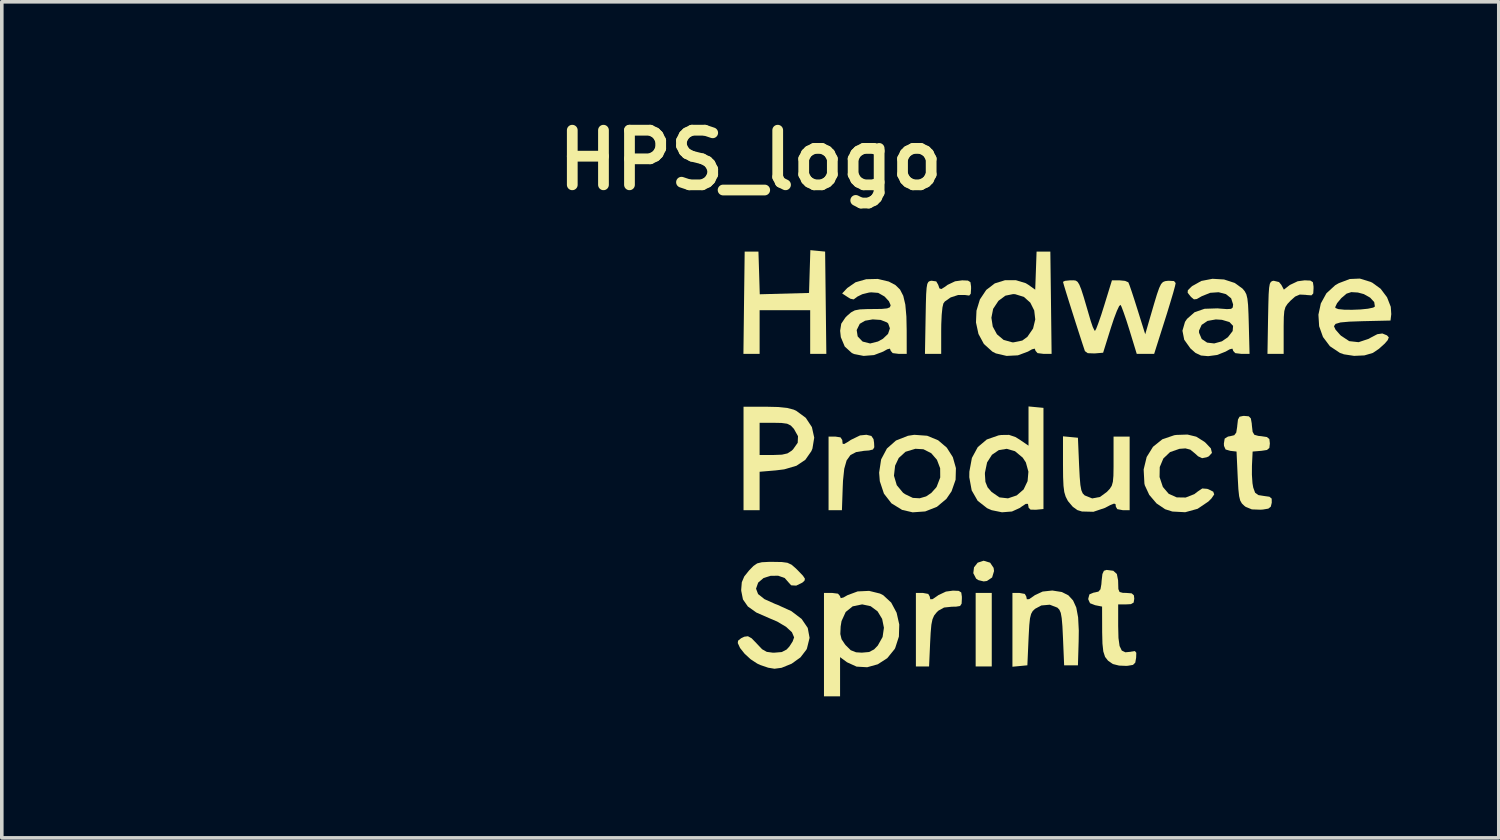
<source format=kicad_pcb>
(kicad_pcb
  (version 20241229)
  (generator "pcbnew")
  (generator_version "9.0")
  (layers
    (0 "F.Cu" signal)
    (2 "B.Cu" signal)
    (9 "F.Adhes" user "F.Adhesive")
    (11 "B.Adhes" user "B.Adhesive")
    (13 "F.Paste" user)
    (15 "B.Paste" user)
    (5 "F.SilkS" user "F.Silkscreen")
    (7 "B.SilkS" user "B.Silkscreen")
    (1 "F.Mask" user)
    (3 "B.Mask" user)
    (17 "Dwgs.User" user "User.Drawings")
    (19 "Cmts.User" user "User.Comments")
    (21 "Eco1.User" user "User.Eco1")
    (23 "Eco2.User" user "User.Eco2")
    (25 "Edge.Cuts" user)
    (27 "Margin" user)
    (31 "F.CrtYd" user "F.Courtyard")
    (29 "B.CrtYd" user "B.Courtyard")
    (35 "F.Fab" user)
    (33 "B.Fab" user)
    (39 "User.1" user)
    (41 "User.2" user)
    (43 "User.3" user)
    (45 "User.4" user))
  (footprint "HPS_logo"
    (layer "F.Cu")
    (at 17.891 9.968)
    (property "Reference" "HPS_logo" (at 0 -8.55 0) (layer "F.SilkS") (effects (font (size 1.524 1.524) (thickness 0.3))))
    (attr board_only exclude_from_pos_files exclude_from_bom)
    (fp_poly (pts (xy -10.158 -1.988) (xy -9.825 -1.979) (xy -9.525 -1.965) (xy -9.285 -1.946) (xy -9.132 -1.923) (xy -9.096 -1.908) (xy -9.031 -1.827) (xy -8.916 -1.656) (xy -8.764 -1.413) (xy -8.588 -1.121) (xy -8.464 -0.908) (xy -7.934 0.012) (xy -8.068 0.278) (xy -8.152 0.436) (xy -8.285 0.673) (xy -8.449 0.957) (xy -8.626 1.258) (xy -8.64 1.283) (xy -9.079 2.02) (xy -10.2 2.036) (xy -10.57 2.039) (xy -10.897 2.036) (xy -11.159 2.028) (xy -11.334 2.016) (xy -11.396 2.004) (xy -11.463 1.925) (xy -11.575 1.757) (xy -11.719 1.522) (xy -11.882 1.246) (xy -12.049 0.95) (xy -12.208 0.66) (xy -12.346 0.399) (xy -12.448 0.19) (xy -12.503 0.058) (xy -12.508 0.032) (xy -12.506 0.028) (xy -11.864 0.028) (xy -11.833 0.11) (xy -11.745 0.28) (xy -11.611 0.518) (xy -11.444 0.803) (xy -11.255 1.115) (xy -11.181 1.235) (xy -11.031 1.475) (xy -10.272 1.475) (xy -9.938 1.473) (xy -9.709 1.463) (xy -9.561 1.442) (xy -9.469 1.408) (xy -9.417 1.363) (xy -9.333 1.248) (xy -9.213 1.063) (xy -9.073 0.836) (xy -8.93 0.594) (xy -8.801 0.366) (xy -8.7 0.179) (xy -8.645 0.06) (xy -8.639 0.038) (xy -8.672 -0.048) (xy -8.757 -0.215) (xy -8.879 -0.434) (xy -9.022 -0.677) (xy -9.167 -0.918) (xy -9.3 -1.129) (xy -9.405 -1.281) (xy -9.457 -1.344) (xy -9.569 -1.377) (xy -9.8 -1.396) (xy -10.144 -1.4) (xy -10.302 -1.397) (xy -11.06 -1.379) (xy -11.461 -0.706) (xy -11.616 -0.441) (xy -11.743 -0.215) (xy -11.83 -0.051) (xy -11.864 0.028) (xy -11.864 0.028) (xy -12.506 0.028) (xy -12.476 -0.063) (xy -12.391 -0.243) (xy -12.266 -0.485) (xy -12.113 -0.766) (xy -11.947 -1.061) (xy -11.781 -1.348) (xy -11.627 -1.602) (xy -11.5 -1.8) (xy -11.413 -1.919) (xy -11.392 -1.939) (xy -11.292 -1.962) (xy -11.092 -1.979) (xy -10.819 -1.988) (xy -10.499 -1.991)) (stroke (width 0) (type solid)) (fill yes) (layer "F.Mask"))
    (fp_poly (pts (xy -9.907 -5.168) (xy -9.77 -5.127) (xy -9.515 -4.978) (xy -9.285 -4.752) (xy -9.131 -4.506) (xy -9.042 -4.297) (xy -7.155 -4.297) (xy -6.595 -4.296) (xy -6.15 -4.293) (xy -5.807 -4.287) (xy -5.553 -4.277) (xy -5.375 -4.263) (xy -5.26 -4.244) (xy -5.194 -4.219) (xy -5.178 -4.206) (xy -5.115 -4.121) (xy -5.003 -3.946) (xy -4.855 -3.702) (xy -4.684 -3.411) (xy -4.588 -3.244) (xy -4.089 -2.373) (xy -3.819 -2.373) (xy -3.463 -2.316) (xy -3.153 -2.16) (xy -2.902 -1.926) (xy -2.721 -1.635) (xy -2.621 -1.31) (xy -2.614 -0.971) (xy -2.712 -0.64) (xy -2.798 -0.492) (xy -3.068 -0.209) (xy -3.401 -0.024) (xy -3.77 0.056) (xy -4.151 0.023) (xy -4.415 -0.073) (xy -4.714 -0.287) (xy -4.923 -0.571) (xy -5.038 -0.9) (xy -5.052 -1.226) (xy -4.476 -1.226) (xy -4.461 -0.985) (xy -4.418 -0.878) (xy -4.244 -0.658) (xy -4.015 -0.535) (xy -3.763 -0.515) (xy -3.516 -0.604) (xy -3.395 -0.701) (xy -3.24 -0.933) (xy -3.196 -1.185) (xy -3.259 -1.428) (xy -3.424 -1.631) (xy -3.537 -1.705) (xy -3.788 -1.774) (xy -4.029 -1.741) (xy -4.238 -1.625) (xy -4.394 -1.446) (xy -4.476 -1.226) (xy -5.052 -1.226) (xy -5.054 -1.252) (xy -4.967 -1.6) (xy -4.773 -1.921) (xy -4.733 -1.966) (xy -4.607 -2.105) (xy -5.076 -2.912) (xy -5.546 -3.72) (xy -9.042 -3.72) (xy -9.13 -3.511) (xy -9.299 -3.251) (xy -9.555 -3.022) (xy -9.86 -2.851) (xy -10.172 -2.764) (xy -10.263 -2.759) (xy -10.51 -2.799) (xy -10.784 -2.904) (xy -11.02 -3.047) (xy -11.039 -3.063) (xy -11.278 -3.34) (xy -11.421 -3.675) (xy -11.461 -3.981) (xy -10.888 -3.981) (xy -10.834 -3.754) (xy -10.7 -3.571) (xy -10.508 -3.447) (xy -10.283 -3.395) (xy -10.047 -3.432) (xy -9.824 -3.572) (xy -9.809 -3.587) (xy -9.667 -3.775) (xy -9.622 -3.983) (xy -9.621 -4.009) (xy -9.68 -4.264) (xy -9.836 -4.467) (xy -10.064 -4.592) (xy -10.243 -4.618) (xy -10.526 -4.57) (xy -10.73 -4.421) (xy -10.838 -4.237) (xy -10.888 -3.981) (xy -11.461 -3.981) (xy -11.468 -4.036) (xy -11.416 -4.394) (xy -11.263 -4.719) (xy -11.174 -4.831) (xy -10.927 -5.019) (xy -10.605 -5.144) (xy -10.251 -5.197)) (stroke (width 0) (type solid)) (fill yes) (layer "F.Mask"))
    (fp_poly (pts (xy -16.418 0.04) (xy -16.24 0.073) (xy -16.084 0.146) (xy -15.966 0.224) (xy -15.673 0.498) (xy -15.497 0.817) (xy -15.439 1.173) (xy -15.5 1.555) (xy -15.68 1.955) (xy -15.79 2.125) (xy -15.81 2.186) (xy -15.793 2.281) (xy -15.731 2.428) (xy -15.616 2.645) (xy -15.44 2.949) (xy -15.416 2.991) (xy -14.967 3.752) (xy -13.226 3.769) (xy -11.485 3.786) (xy -11.355 3.533) (xy -11.132 3.221) (xy -10.839 3.002) (xy -10.502 2.88) (xy -10.146 2.86) (xy -9.793 2.947) (xy -9.469 3.145) (xy -9.45 3.161) (xy -9.204 3.445) (xy -9.073 3.774) (xy -9.044 4.067) (xy -9.1 4.458) (xy -9.26 4.791) (xy -9.515 5.049) (xy -9.731 5.171) (xy -9.981 5.236) (xy -10.281 5.254) (xy -10.575 5.226) (xy -10.806 5.154) (xy -10.808 5.153) (xy -11.072 4.983) (xy -11.257 4.78) (xy -11.361 4.602) (xy -11.484 4.362) (xy -13.367 4.362) (xy -13.915 4.361) (xy -14.349 4.358) (xy -14.682 4.353) (xy -14.929 4.345) (xy -15.103 4.332) (xy -15.22 4.315) (xy -15.292 4.292) (xy -15.333 4.263) (xy -15.338 4.257) (xy -15.4 4.167) (xy -15.513 3.988) (xy -15.538 3.946) (xy -10.878 3.946) (xy -10.876 4.174) (xy -10.778 4.403) (xy -10.61 4.587) (xy -10.503 4.65) (xy -10.24 4.709) (xy -10.002 4.647) (xy -9.798 4.483) (xy -9.647 4.246) (xy -9.622 3.997) (xy -9.72 3.756) (xy -9.809 3.651) (xy -10.037 3.501) (xy -10.288 3.459) (xy -10.529 3.517) (xy -10.732 3.667) (xy -10.865 3.901) (xy -10.878 3.946) (xy -15.538 3.946) (xy -15.662 3.742) (xy -15.834 3.453) (xy -15.917 3.311) (xy -16.407 2.469) (xy -16.752 2.431) (xy -17.031 2.387) (xy -17.237 2.31) (xy -17.421 2.173) (xy -17.593 1.996) (xy -17.799 1.681) (xy -17.891 1.336) (xy -17.88 1.113) (xy -17.307 1.113) (xy -17.298 1.339) (xy -17.181 1.568) (xy -17.181 1.568) (xy -16.958 1.771) (xy -16.709 1.849) (xy -16.438 1.801) (xy -16.355 1.763) (xy -16.149 1.594) (xy -16.041 1.368) (xy -16.035 1.117) (xy -16.134 0.872) (xy -16.223 0.765) (xy -16.439 0.619) (xy -16.668 0.577) (xy -16.889 0.622) (xy -17.083 0.738) (xy -17.229 0.907) (xy -17.307 1.113) (xy -17.88 1.113) (xy -17.873 0.983) (xy -17.748 0.645) (xy -17.52 0.344) (xy -17.329 0.187) (xy -17.17 0.097) (xy -16.996 0.049) (xy -16.757 0.033) (xy -16.671 0.032)) (stroke (width 0) (type solid)) (fill yes) (layer "F.Mask"))
    (fp_poly (pts (xy -7.882 -7.271) (xy -7.501 -7.135) (xy -7.177 -6.893) (xy -6.933 -6.559) (xy -6.926 -6.546) (xy -6.846 -6.269) (xy -6.847 -5.944) (xy -6.925 -5.619) (xy -7.009 -5.439) (xy -7.214 -5.192) (xy -7.494 -4.987) (xy -7.805 -4.852) (xy -8.064 -4.811) (xy -8.42 -4.871) (xy -8.754 -5.041) (xy -9.037 -5.299) (xy -9.241 -5.627) (xy -9.241 -5.628) (xy -9.36 -5.901) (xy -11.147 -5.901) (xy -11.946 -4.538) (xy -12.172 -4.153) (xy -12.379 -3.798) (xy -12.558 -3.49) (xy -12.698 -3.247) (xy -12.791 -3.086) (xy -12.821 -3.03) (xy -12.858 -2.923) (xy -12.837 -2.807) (xy -12.752 -2.637) (xy -12.735 -2.608) (xy -12.597 -2.257) (xy -12.571 -1.891) (xy -12.651 -1.537) (xy -12.83 -1.222) (xy -13.092 -0.982) (xy -13.347 -0.864) (xy -13.653 -0.795) (xy -13.96 -0.781) (xy -14.215 -0.829) (xy -14.23 -0.835) (xy -14.582 -1.045) (xy -14.832 -1.331) (xy -14.976 -1.683) (xy -15.002 -1.924) (xy -14.427 -1.924) (xy -14.327 -1.697) (xy -14.214 -1.565) (xy -14.017 -1.407) (xy -13.831 -1.349) (xy -13.79 -1.347) (xy -13.601 -1.388) (xy -13.41 -1.524) (xy -13.367 -1.565) (xy -13.195 -1.796) (xy -13.15 -2.022) (xy -13.232 -2.251) (xy -13.335 -2.387) (xy -13.486 -2.527) (xy -13.642 -2.586) (xy -13.79 -2.595) (xy -13.99 -2.575) (xy -14.138 -2.495) (xy -14.246 -2.387) (xy -14.4 -2.151) (xy -14.427 -1.924) (xy -15.002 -1.924) (xy -15.009 -1.988) (xy -14.953 -2.386) (xy -14.792 -2.717) (xy -14.539 -2.971) (xy -14.203 -3.138) (xy -13.798 -3.206) (xy -13.738 -3.207) (xy -13.425 -3.207) (xy -12.565 -4.686) (xy -12.33 -5.089) (xy -12.111 -5.462) (xy -11.917 -5.788) (xy -11.797 -5.987) (xy -8.696 -5.987) (xy -8.642 -5.76) (xy -8.544 -5.625) (xy -8.288 -5.46) (xy -8.031 -5.422) (xy -7.783 -5.508) (xy -7.617 -5.648) (xy -7.467 -5.888) (xy -7.441 -6.138) (xy -7.54 -6.379) (xy -7.628 -6.483) (xy -7.857 -6.63) (xy -8.125 -6.676) (xy -8.386 -6.615) (xy -8.406 -6.605) (xy -8.572 -6.452) (xy -8.67 -6.232) (xy -8.696 -5.987) (xy -11.797 -5.987) (xy -11.759 -6.052) (xy -11.645 -6.236) (xy -11.589 -6.322) (xy -11.543 -6.378) (xy -11.491 -6.419) (xy -11.411 -6.447) (xy -11.286 -6.464) (xy -11.094 -6.474) (xy -10.817 -6.478) (xy -10.435 -6.478) (xy -10.356 -6.478) (xy -9.24 -6.478) (xy -9.142 -6.667) (xy -8.948 -6.917) (xy -8.669 -7.115) (xy -8.344 -7.245) (xy -8.015 -7.285)) (stroke (width 0) (type solid)) (fill yes) (layer "F.Mask"))
    (fp_poly (pts (xy -6.377 0.886) (xy -6.066 1.01) (xy -5.8 1.217) (xy -5.599 1.507) (xy -5.519 1.718) (xy -5.467 1.937) (xy -5.46 2.109) (xy -5.497 2.305) (xy -5.519 2.387) (xy -5.677 2.733) (xy -5.931 2.999) (xy -6.275 3.18) (xy -6.7 3.269) (xy -6.702 3.269) (xy -7.086 3.303) (xy -7.994 4.843) (xy -8.233 5.248) (xy -8.455 5.618) (xy -8.648 5.94) (xy -8.805 6.198) (xy -8.917 6.376) (xy -8.973 6.46) (xy -8.975 6.462) (xy -9.047 6.494) (xy -9.202 6.517) (xy -9.453 6.533) (xy -9.811 6.541) (xy -10.165 6.542) (xy -10.569 6.543) (xy -10.862 6.547) (xy -11.065 6.556) (xy -11.194 6.572) (xy -11.268 6.596) (xy -11.305 6.632) (xy -11.319 6.666) (xy -11.413 6.818) (xy -11.586 6.992) (xy -11.798 7.154) (xy -12.011 7.274) (xy -12.102 7.307) (xy -12.372 7.363) (xy -12.605 7.355) (xy -12.784 7.311) (xy -13.11 7.154) (xy -13.368 6.913) (xy -13.55 6.613) (xy -13.647 6.279) (xy -13.648 6.151) (xy -13.069 6.151) (xy -13.015 6.379) (xy -12.881 6.563) (xy -12.689 6.688) (xy -12.464 6.74) (xy -12.228 6.703) (xy -12.005 6.562) (xy -11.99 6.547) (xy -11.833 6.316) (xy -11.802 6.067) (xy -11.894 5.817) (xy -11.981 5.703) (xy -12.195 5.546) (xy -12.44 5.497) (xy -12.682 5.548) (xy -12.89 5.694) (xy -13.018 5.895) (xy -13.069 6.151) (xy -13.648 6.151) (xy -13.651 5.935) (xy -13.554 5.607) (xy -13.427 5.405) (xy -13.153 5.131) (xy -12.857 4.97) (xy -12.51 4.91) (xy -12.443 4.909) (xy -12.042 4.964) (xy -11.708 5.129) (xy -11.442 5.403) (xy -11.317 5.614) (xy -11.144 5.969) (xy -10.24 5.951) (xy -9.335 5.933) (xy -8.485 4.49) (xy -8.256 4.098) (xy -8.05 3.74) (xy -7.877 3.431) (xy -7.744 3.186) (xy -7.66 3.022) (xy -7.634 2.956) (xy -7.672 2.834) (xy -7.72 2.763) (xy -7.872 2.496) (xy -7.938 2.17) (xy -7.926 1.998) (xy -7.343 1.998) (xy -7.339 2.125) (xy -7.271 2.289) (xy -7.267 2.297) (xy -7.093 2.539) (xy -6.872 2.665) (xy -6.615 2.671) (xy -6.413 2.597) (xy -6.208 2.438) (xy -6.108 2.219) (xy -6.093 2.054) (xy -6.151 1.787) (xy -6.315 1.583) (xy -6.539 1.469) (xy -6.813 1.446) (xy -7.054 1.54) (xy -7.238 1.739) (xy -7.288 1.837) (xy -7.343 1.998) (xy -7.926 1.998) (xy -7.915 1.827) (xy -7.832 1.571) (xy -7.626 1.256) (xy -7.356 1.031) (xy -7.043 0.896) (xy -6.71 0.848)) (stroke (width 0) (type solid)) (fill yes) (layer "F.Mask"))
    (fp_poly (pts (xy -14.051 -6.014) (xy -13.948 -5.973) (xy -13.631 -5.771) (xy -13.412 -5.512) (xy -13.286 -5.215) (xy -13.247 -4.899) (xy -13.289 -4.583) (xy -13.408 -4.287) (xy -13.597 -4.028) (xy -13.852 -3.826) (xy -14.167 -3.701) (xy -14.537 -3.67) (xy -14.6 -3.675) (xy -14.938 -3.71) (xy -15.394 -2.932) (xy -15.594 -2.582) (xy -15.725 -2.327) (xy -15.793 -2.156) (xy -15.802 -2.057) (xy -15.799 -2.047) (xy -15.753 -1.964) (xy -15.653 -1.786) (xy -15.506 -1.53) (xy -15.324 -1.212) (xy -15.115 -0.849) (xy -14.945 -0.555) (xy -14.143 0.829) (xy -13.822 0.833) (xy -13.418 0.893) (xy -13.072 1.056) (xy -12.802 1.308) (xy -12.623 1.64) (xy -12.582 1.781) (xy -12.555 2.16) (xy -12.637 2.505) (xy -12.81 2.803) (xy -13.057 3.037) (xy -13.36 3.196) (xy -13.701 3.263) (xy -14.064 3.225) (xy -14.274 3.151) (xy -14.571 2.955) (xy -14.798 2.687) (xy -14.945 2.372) (xy -15.005 2.036) (xy -14.999 1.983) (xy -14.401 1.983) (xy -14.371 2.229) (xy -14.339 2.303) (xy -14.203 2.478) (xy -14.017 2.619) (xy -13.83 2.689) (xy -13.804 2.691) (xy -13.693 2.67) (xy -13.53 2.613) (xy -13.505 2.603) (xy -13.29 2.457) (xy -13.169 2.256) (xy -13.138 2.03) (xy -13.191 1.805) (xy -13.324 1.611) (xy -13.532 1.475) (xy -13.697 1.433) (xy -13.959 1.452) (xy -14.176 1.568) (xy -14.33 1.754) (xy -14.401 1.983) (xy -14.999 1.983) (xy -14.969 1.708) (xy -14.828 1.413) (xy -14.824 1.407) (xy -14.732 1.263) (xy -14.689 1.154) (xy -14.688 1.145) (xy -14.719 1.071) (xy -14.807 0.902) (xy -14.943 0.651) (xy -15.119 0.335) (xy -15.326 -0.033) (xy -15.558 -0.436) (xy -15.586 -0.486) (xy -15.82 -0.894) (xy -16.032 -1.269) (xy -16.212 -1.597) (xy -16.353 -1.862) (xy -16.446 -2.049) (xy -16.484 -2.141) (xy -16.484 -2.145) (xy -16.453 -2.235) (xy -16.368 -2.413) (xy -16.238 -2.659) (xy -16.076 -2.952) (xy -15.964 -3.148) (xy -15.443 -4.044) (xy -15.579 -4.359) (xy -15.69 -4.699) (xy -15.698 -4.894) (xy -15.073 -4.894) (xy -15.022 -4.607) (xy -14.881 -4.396) (xy -14.674 -4.272) (xy -14.422 -4.251) (xy -14.174 -4.33) (xy -13.975 -4.493) (xy -13.871 -4.706) (xy -13.854 -4.94) (xy -13.918 -5.166) (xy -14.055 -5.356) (xy -14.259 -5.482) (xy -14.464 -5.516) (xy -14.719 -5.458) (xy -14.922 -5.301) (xy -15.047 -5.073) (xy -15.073 -4.894) (xy -15.698 -4.894) (xy -15.702 -5) (xy -15.617 -5.305) (xy -15.615 -5.309) (xy -15.411 -5.647) (xy -15.131 -5.896) (xy -14.796 -6.045) (xy -14.429 -6.088)) (stroke (width 0) (type solid)) (fill yes) (layer "F.Mask"))
    (fp_poly (pts (xy -6.427 -3.177) (xy -6.094 -3.065) (xy -5.816 -2.87) (xy -5.721 -2.762) (xy -5.54 -2.418) (xy -5.47 -2.046) (xy -5.512 -1.675) (xy -5.669 -1.333) (xy -5.672 -1.328) (xy -5.824 -1.103) (xy -4.902 0.491) (xy -4.664 0.905) (xy -4.449 1.286) (xy -4.265 1.62) (xy -4.12 1.891) (xy -4.022 2.085) (xy -3.979 2.187) (xy -3.978 2.194) (xy -4.009 2.285) (xy -4.095 2.464) (xy -4.225 2.71) (xy -4.389 3.001) (xy -4.498 3.188) (xy -4.693 3.521) (xy -4.83 3.764) (xy -4.917 3.936) (xy -4.961 4.056) (xy -4.972 4.144) (xy -4.957 4.221) (xy -4.94 4.265) (xy -4.811 4.648) (xy -4.769 4.969) (xy -4.805 5.241) (xy -4.96 5.589) (xy -5.202 5.862) (xy -5.508 6.049) (xy -5.856 6.14) (xy -6.223 6.124) (xy -6.544 6.013) (xy -6.787 5.846) (xy -7 5.623) (xy -7.022 5.592) (xy -7.142 5.391) (xy -7.199 5.2) (xy -7.214 4.95) (xy -7.21 4.92) (xy -6.607 4.92) (xy -6.556 5.195) (xy -6.42 5.404) (xy -6.224 5.537) (xy -5.996 5.581) (xy -5.759 5.525) (xy -5.575 5.393) (xy -5.429 5.17) (xy -5.384 4.926) (xy -5.432 4.688) (xy -5.561 4.485) (xy -5.759 4.345) (xy -5.997 4.297) (xy -6.252 4.356) (xy -6.455 4.513) (xy -6.58 4.74) (xy -6.607 4.92) (xy -7.21 4.92) (xy -7.173 4.593) (xy -7.039 4.294) (xy -6.796 4.022) (xy -6.713 3.951) (xy -6.571 3.847) (xy -6.439 3.786) (xy -6.274 3.756) (xy -6.03 3.746) (xy -5.99 3.745) (xy -5.513 3.738) (xy -5.062 2.978) (xy -4.876 2.66) (xy -4.752 2.43) (xy -4.682 2.271) (xy -4.658 2.164) (xy -4.67 2.09) (xy -4.672 2.087) (xy -4.72 1.997) (xy -4.824 1.813) (xy -4.974 1.552) (xy -5.159 1.231) (xy -5.371 0.866) (xy -5.536 0.584) (xy -6.339 -0.788) (xy -6.729 -0.798) (xy -6.987 -0.818) (xy -7.181 -0.876) (xy -7.373 -0.988) (xy -7.386 -0.997) (xy -7.666 -1.266) (xy -7.841 -1.586) (xy -7.911 -1.934) (xy -7.903 -2.013) (xy -7.312 -2.013) (xy -7.274 -1.74) (xy -7.148 -1.546) (xy -7.006 -1.444) (xy -6.79 -1.379) (xy -6.546 -1.387) (xy -6.337 -1.463) (xy -6.302 -1.488) (xy -6.169 -1.664) (xy -6.085 -1.899) (xy -6.073 -2.125) (xy -6.075 -2.133) (xy -6.146 -2.291) (xy -6.278 -2.451) (xy -6.306 -2.477) (xy -6.537 -2.599) (xy -6.78 -2.614) (xy -7.008 -2.536) (xy -7.189 -2.378) (xy -7.296 -2.154) (xy -7.312 -2.013) (xy -7.903 -2.013) (xy -7.875 -2.289) (xy -7.733 -2.626) (xy -7.484 -2.924) (xy -7.423 -2.974) (xy -7.125 -3.136) (xy -6.782 -3.202)) (stroke (width 0) (type solid)) (fill yes) (layer "F.Mask"))
    (fp_poly (pts (xy 6.735 5.58) (xy 6.286 5.58) (xy 6.286 3.528) (xy 6.735 3.528)) (stroke (width 0) (type solid)) (fill yes) (layer "F.SilkS"))
    (fp_poly (pts (xy 6.689 2.684) (xy 6.787 2.829) (xy 6.799 2.918) (xy 6.745 3.097) (xy 6.6 3.195) (xy 6.51 3.207) (xy 6.363 3.172) (xy 6.299 3.13) (xy 6.22 2.977) (xy 6.24 2.814) (xy 6.342 2.684) (xy 6.507 2.63) (xy 6.51 2.63)) (stroke (width 0) (type solid)) (fill yes) (layer "F.SilkS"))
    (fp_poly (pts (xy 1.879 -6.017) (xy 2.085 -5.997) (xy 2.102 -4.57) (xy 2.119 -3.143) (xy 1.668 -3.143) (xy 1.668 -4.362) (xy 0.257 -4.362) (xy 0.257 -3.143) (xy -0.195 -3.143) (xy -0.178 -4.57) (xy -0.16 -5.997) (xy 0.224 -5.997) (xy 0.243 -5.402) (xy 0.261 -4.806) (xy 1.636 -4.843) (xy 1.654 -5.44) (xy 1.673 -6.037)) (stroke (width 0) (type solid)) (fill yes) (layer "F.SilkS"))
    (fp_poly (pts (xy 3.376 -0.852) (xy 3.436 -0.762) (xy 3.451 -0.661) (xy 3.457 -0.537) (xy 3.42 -0.474) (xy 3.309 -0.447) (xy 3.169 -0.437) (xy 2.95 -0.402) (xy 2.792 -0.319) (xy 2.685 -0.17) (xy 2.619 0.062) (xy 2.584 0.396) (xy 2.576 0.582) (xy 2.554 1.219) (xy 2.181 1.219) (xy 2.181 -0.834) (xy 2.373 -0.834) (xy 2.514 -0.813) (xy 2.564 -0.738) (xy 2.566 -0.707) (xy 2.574 -0.635) (xy 2.616 -0.627) (xy 2.721 -0.687) (xy 2.804 -0.743) (xy 3.059 -0.867) (xy 3.237 -0.885)) (stroke (width 0) (type solid)) (fill yes) (layer "F.SilkS"))
    (fp_poly (pts (xy 5.814 3.471) (xy 5.884 3.516) (xy 5.901 3.633) (xy 5.901 3.688) (xy 5.894 3.828) (xy 5.851 3.893) (xy 5.734 3.912) (xy 5.624 3.913) (xy 5.404 3.936) (xy 5.248 4.022) (xy 5.196 4.072) (xy 5.127 4.159) (xy 5.081 4.264) (xy 5.05 4.415) (xy 5.03 4.641) (xy 5.016 4.906) (xy 4.986 5.58) (xy 4.618 5.58) (xy 4.618 3.528) (xy 4.811 3.528) (xy 4.963 3.556) (xy 5.003 3.624) (xy 5.02 3.705) (xy 5.084 3.702) (xy 5.216 3.612) (xy 5.242 3.592) (xy 5.455 3.491) (xy 5.653 3.464)) (stroke (width 0) (type solid)) (fill yes) (layer "F.SilkS"))
    (fp_poly (pts (xy 15.627 -5.188) (xy 15.697 -5.143) (xy 15.714 -5.027) (xy 15.715 -4.975) (xy 15.707 -4.829) (xy 15.657 -4.776) (xy 15.527 -4.785) (xy 15.493 -4.79) (xy 15.331 -4.798) (xy 15.201 -4.742) (xy 15.076 -4.631) (xy 14.988 -4.537) (xy 14.931 -4.45) (xy 14.899 -4.337) (xy 14.885 -4.17) (xy 14.881 -3.916) (xy 14.881 -3.789) (xy 14.881 -3.143) (xy 14.429 -3.143) (xy 14.446 -4.153) (xy 14.454 -4.533) (xy 14.462 -4.804) (xy 14.475 -4.985) (xy 14.494 -5.095) (xy 14.524 -5.152) (xy 14.566 -5.176) (xy 14.604 -5.183) (xy 14.751 -5.147) (xy 14.816 -5.069) (xy 14.887 -4.935) (xy 15.053 -5.065) (xy 15.272 -5.169) (xy 15.467 -5.195)) (stroke (width 0) (type solid)) (fill yes) (layer "F.SilkS"))
    (fp_poly (pts (xy 6.07 -5.188) (xy 6.14 -5.143) (xy 6.157 -5.025) (xy 6.158 -4.97) (xy 6.149 -4.821) (xy 6.106 -4.77) (xy 6 -4.784) (xy 5.996 -4.785) (xy 5.798 -4.786) (xy 5.588 -4.718) (xy 5.425 -4.604) (xy 5.385 -4.549) (xy 5.359 -4.438) (xy 5.338 -4.233) (xy 5.326 -3.967) (xy 5.324 -3.789) (xy 5.324 -3.143) (xy 4.871 -3.143) (xy 4.889 -4.153) (xy 4.896 -4.533) (xy 4.904 -4.804) (xy 4.917 -4.984) (xy 4.936 -5.094) (xy 4.966 -5.151) (xy 5.009 -5.176) (xy 5.056 -5.184) (xy 5.186 -5.165) (xy 5.24 -5.072) (xy 5.275 -4.97) (xy 5.329 -4.952) (xy 5.434 -5.017) (xy 5.499 -5.067) (xy 5.712 -5.168) (xy 5.91 -5.195)) (stroke (width 0) (type solid)) (fill yes) (layer "F.SilkS"))
    (fp_poly (pts (xy 0.433 -1.668) (xy 0.779 -1.66) (xy 1.027 -1.634) (xy 1.207 -1.587) (xy 1.278 -1.555) (xy 1.545 -1.358) (xy 1.716 -1.099) (xy 1.781 -0.805) (xy 1.731 -0.5) (xy 1.7 -0.426) (xy 1.532 -0.186) (xy 1.284 -0.02) (xy 0.942 0.08) (xy 0.708 0.109) (xy 0.257 0.147) (xy 0.257 1.219) (xy -0.192 1.219) (xy -0.192 -0.321) (xy 0.257 -0.321) (xy 0.644 -0.321) (xy 0.88 -0.33) (xy 1.033 -0.365) (xy 1.149 -0.439) (xy 1.19 -0.478) (xy 1.32 -0.662) (xy 1.328 -0.846) (xy 1.214 -1.05) (xy 1.214 -1.05) (xy 1.127 -1.143) (xy 1.024 -1.194) (xy 0.867 -1.215) (xy 0.669 -1.219) (xy 0.257 -1.219) (xy 0.257 -0.321) (xy -0.192 -0.321) (xy -0.192 -1.668)) (stroke (width 0) (type solid)) (fill yes) (layer "F.SilkS"))
    (fp_poly (pts (xy 8.691 3.503) (xy 8.873 3.595) (xy 9.004 3.738) (xy 9.094 3.936) (xy 9.145 4.21) (xy 9.164 4.578) (xy 9.16 4.875) (xy 9.14 5.548) (xy 8.755 5.548) (xy 8.723 4.789) (xy 8.707 4.458) (xy 8.687 4.231) (xy 8.661 4.085) (xy 8.622 3.996) (xy 8.568 3.94) (xy 8.567 3.939) (xy 8.354 3.857) (xy 8.119 3.878) (xy 7.945 3.971) (xy 7.878 4.034) (xy 7.833 4.115) (xy 7.802 4.238) (xy 7.782 4.431) (xy 7.766 4.718) (xy 7.761 4.821) (xy 7.729 5.548) (xy 7.521 5.568) (xy 7.312 5.588) (xy 7.312 3.528) (xy 7.505 3.528) (xy 7.657 3.556) (xy 7.697 3.624) (xy 7.714 3.705) (xy 7.778 3.702) (xy 7.91 3.612) (xy 7.936 3.592) (xy 8.155 3.49) (xy 8.425 3.461)) (stroke (width 0) (type solid)) (fill yes) (layer "F.SilkS"))
    (fp_poly (pts (xy 8.932 -0.822) (xy 9.14 -0.802) (xy 9.172 -0.043) (xy 9.189 0.289) (xy 9.208 0.515) (xy 9.235 0.661) (xy 9.273 0.75) (xy 9.327 0.806) (xy 9.329 0.807) (xy 9.538 0.891) (xy 9.756 0.85) (xy 9.947 0.71) (xy 10.03 0.622) (xy 10.084 0.537) (xy 10.115 0.426) (xy 10.13 0.26) (xy 10.134 0.01) (xy 10.134 -0.155) (xy 10.134 -0.834) (xy 10.583 -0.834) (xy 10.583 1.219) (xy 10.391 1.219) (xy 10.238 1.19) (xy 10.198 1.122) (xy 10.19 1.052) (xy 10.148 1.035) (xy 10.043 1.077) (xy 9.895 1.155) (xy 9.572 1.264) (xy 9.252 1.256) (xy 9.125 1.217) (xy 8.996 1.124) (xy 8.868 0.973) (xy 8.852 0.948) (xy 8.797 0.84) (xy 8.759 0.713) (xy 8.737 0.54) (xy 8.726 0.294) (xy 8.723 -0.052) (xy 8.723 -0.842)) (stroke (width 0) (type solid)) (fill yes) (layer "F.SilkS"))
    (fp_poly (pts (xy 4.932 -0.858) (xy 5.238 -0.732) (xy 5.48 -0.526) (xy 5.649 -0.26) (xy 5.735 0.045) (xy 5.726 0.37) (xy 5.613 0.693) (xy 5.469 0.904) (xy 5.204 1.126) (xy 4.878 1.254) (xy 4.528 1.279) (xy 4.233 1.211) (xy 3.936 1.028) (xy 3.726 0.757) (xy 3.611 0.411) (xy 3.599 0.257) (xy 4.006 0.257) (xy 4.084 0.521) (xy 4.259 0.732) (xy 4.32 0.774) (xy 4.532 0.876) (xy 4.723 0.887) (xy 4.903 0.835) (xy 5.047 0.739) (xy 5.184 0.586) (xy 5.199 0.563) (xy 5.297 0.307) (xy 5.295 0.049) (xy 5.206 -0.186) (xy 5.046 -0.371) (xy 4.829 -0.481) (xy 4.604 -0.494) (xy 4.329 -0.411) (xy 4.14 -0.238) (xy 4.038 -0.024) (xy 4.006 0.257) (xy 3.599 0.257) (xy 3.592 0.173) (xy 3.648 -0.198) (xy 3.809 -0.501) (xy 4.062 -0.725) (xy 4.397 -0.857) (xy 4.573 -0.884)) (stroke (width 0) (type solid)) (fill yes) (layer "F.SilkS"))
    (fp_poly (pts (xy 12.442 -0.832) (xy 12.667 -0.691) (xy 12.695 -0.668) (xy 12.849 -0.506) (xy 12.88 -0.379) (xy 12.791 -0.283) (xy 12.733 -0.257) (xy 12.606 -0.232) (xy 12.492 -0.285) (xy 12.407 -0.363) (xy 12.276 -0.47) (xy 12.14 -0.505) (xy 11.974 -0.493) (xy 11.711 -0.402) (xy 11.524 -0.224) (xy 11.423 0.016) (xy 11.418 0.295) (xy 11.51 0.571) (xy 11.673 0.762) (xy 11.897 0.862) (xy 12.147 0.866) (xy 12.389 0.771) (xy 12.482 0.699) (xy 12.61 0.613) (xy 12.748 0.624) (xy 12.787 0.638) (xy 12.916 0.703) (xy 12.943 0.779) (xy 12.867 0.891) (xy 12.78 0.978) (xy 12.479 1.181) (xy 12.134 1.276) (xy 11.775 1.257) (xy 11.574 1.193) (xy 11.333 1.03) (xy 11.13 0.792) (xy 11.006 0.525) (xy 10.995 0.475) (xy 10.974 0.083) (xy 11.058 -0.264) (xy 11.235 -0.55) (xy 11.495 -0.759) (xy 11.826 -0.872) (xy 11.887 -0.881) (xy 12.198 -0.891)) (stroke (width 0) (type solid)) (fill yes) (layer "F.SilkS"))
    (fp_poly (pts (xy 8.388 -4.57) (xy 8.405 -3.143) (xy 8.179 -3.143) (xy 8.012 -3.164) (xy 7.954 -3.231) (xy 7.954 -3.238) (xy 7.934 -3.289) (xy 7.858 -3.27) (xy 7.745 -3.206) (xy 7.465 -3.102) (xy 7.148 -3.086) (xy 6.849 -3.156) (xy 6.753 -3.205) (xy 6.516 -3.418) (xy 6.364 -3.699) (xy 6.295 -4.019) (xy 6.3 -4.151) (xy 6.725 -4.151) (xy 6.763 -3.904) (xy 6.88 -3.689) (xy 7.065 -3.533) (xy 7.308 -3.465) (xy 7.342 -3.464) (xy 7.588 -3.515) (xy 7.729 -3.618) (xy 7.888 -3.85) (xy 7.949 -4.104) (xy 7.92 -4.354) (xy 7.811 -4.572) (xy 7.631 -4.733) (xy 7.388 -4.808) (xy 7.331 -4.811) (xy 7.116 -4.767) (xy 6.922 -4.623) (xy 6.774 -4.4) (xy 6.725 -4.151) (xy 6.3 -4.151) (xy 6.309 -4.349) (xy 6.404 -4.661) (xy 6.581 -4.927) (xy 6.82 -5.11) (xy 7.103 -5.198) (xy 7.408 -5.199) (xy 7.682 -5.116) (xy 7.756 -5.071) (xy 7.948 -4.934) (xy 7.967 -5.466) (xy 7.986 -5.997) (xy 8.37 -5.997)) (stroke (width 0) (type solid)) (fill yes) (layer "F.SilkS"))
    (fp_poly (pts (xy 3.616 3.546) (xy 3.708 3.593) (xy 3.929 3.798) (xy 4.08 4.081) (xy 4.154 4.409) (xy 4.144 4.746) (xy 4.042 5.061) (xy 4.024 5.096) (xy 3.819 5.349) (xy 3.554 5.52) (xy 3.259 5.602) (xy 2.963 5.585) (xy 2.695 5.463) (xy 2.692 5.461) (xy 2.502 5.32) (xy 2.502 6.414) (xy 2.053 6.414) (xy 2.053 4.675) (xy 2.509 4.675) (xy 2.544 4.821) (xy 2.638 4.962) (xy 2.661 4.99) (xy 2.8 5.127) (xy 2.948 5.185) (xy 3.111 5.195) (xy 3.312 5.177) (xy 3.452 5.104) (xy 3.554 4.998) (xy 3.689 4.758) (xy 3.726 4.5) (xy 3.676 4.253) (xy 3.549 4.043) (xy 3.356 3.899) (xy 3.119 3.848) (xy 2.853 3.903) (xy 2.659 4.06) (xy 2.543 4.314) (xy 2.518 4.465) (xy 2.509 4.675) (xy 2.053 4.675) (xy 2.053 3.528) (xy 2.277 3.528) (xy 2.444 3.549) (xy 2.501 3.616) (xy 2.502 3.623) (xy 2.521 3.674) (xy 2.597 3.655) (xy 2.71 3.591) (xy 2.993 3.486) (xy 3.313 3.471)) (stroke (width 0) (type solid)) (fill yes) (layer "F.SilkS"))
    (fp_poly (pts (xy 7.97 -1.656) (xy 8.178 -1.636) (xy 8.178 1.187) (xy 7.97 1.207) (xy 7.818 1.204) (xy 7.763 1.149) (xy 7.761 1.127) (xy 7.745 1.043) (xy 7.682 1.044) (xy 7.552 1.131) (xy 7.522 1.155) (xy 7.299 1.256) (xy 7.021 1.278) (xy 6.732 1.219) (xy 6.606 1.164) (xy 6.341 0.956) (xy 6.175 0.667) (xy 6.108 0.301) (xy 6.109 0.213) (xy 6.544 0.213) (xy 6.558 0.429) (xy 6.619 0.581) (xy 6.73 0.71) (xy 6.95 0.862) (xy 7.188 0.889) (xy 7.431 0.807) (xy 7.624 0.641) (xy 7.735 0.409) (xy 7.758 0.145) (xy 7.687 -0.113) (xy 7.599 -0.247) (xy 7.383 -0.427) (xy 7.153 -0.493) (xy 6.931 -0.457) (xy 6.741 -0.327) (xy 6.605 -0.114) (xy 6.545 0.173) (xy 6.544 0.213) (xy 6.109 0.213) (xy 6.11 0.145) (xy 6.181 -0.239) (xy 6.345 -0.541) (xy 6.595 -0.753) (xy 6.924 -0.868) (xy 7 -0.879) (xy 7.218 -0.882) (xy 7.399 -0.821) (xy 7.521 -0.745) (xy 7.761 -0.581) (xy 7.761 -1.676)) (stroke (width 0) (type solid)) (fill yes) (layer "F.SilkS"))
    (fp_poly (pts (xy 10.127 2.91) (xy 10.226 3) (xy 10.261 3.18) (xy 10.263 3.246) (xy 10.268 3.421) (xy 10.302 3.502) (xy 10.393 3.526) (xy 10.487 3.528) (xy 10.639 3.54) (xy 10.701 3.594) (xy 10.712 3.688) (xy 10.695 3.797) (xy 10.619 3.841) (xy 10.487 3.848) (xy 10.263 3.848) (xy 10.263 4.45) (xy 10.271 4.785) (xy 10.302 5.009) (xy 10.364 5.137) (xy 10.464 5.185) (xy 10.61 5.171) (xy 10.619 5.168) (xy 10.73 5.151) (xy 10.769 5.199) (xy 10.764 5.337) (xy 10.74 5.474) (xy 10.676 5.537) (xy 10.532 5.561) (xy 10.487 5.564) (xy 10.288 5.556) (xy 10.124 5.515) (xy 10.102 5.504) (xy 9.979 5.418) (xy 9.897 5.313) (xy 9.848 5.162) (xy 9.824 4.94) (xy 9.816 4.619) (xy 9.816 4.568) (xy 9.814 3.909) (xy 9.621 3.871) (xy 9.478 3.816) (xy 9.43 3.713) (xy 9.429 3.684) (xy 9.461 3.568) (xy 9.58 3.519) (xy 9.605 3.516) (xy 9.713 3.491) (xy 9.769 3.426) (xy 9.794 3.285) (xy 9.801 3.191) (xy 9.823 3.001) (xy 9.865 2.91) (xy 9.94 2.886)) (stroke (width 0) (type solid)) (fill yes) (layer "F.SilkS"))
    (fp_poly (pts (xy 13.908 -1.4) (xy 13.965 -1.342) (xy 13.99 -1.203) (xy 13.995 -1.139) (xy 14.015 -0.967) (xy 14.063 -0.885) (xy 14.173 -0.854) (xy 14.255 -0.846) (xy 14.414 -0.822) (xy 14.482 -0.766) (xy 14.496 -0.644) (xy 14.496 -0.641) (xy 14.482 -0.519) (xy 14.416 -0.461) (xy 14.259 -0.437) (xy 14.255 -0.437) (xy 14.015 -0.417) (xy 13.996 -0.02) (xy 13.995 0.233) (xy 14.011 0.467) (xy 14.032 0.589) (xy 14.085 0.733) (xy 14.176 0.798) (xy 14.327 0.822) (xy 14.484 0.844) (xy 14.547 0.896) (xy 14.549 1.006) (xy 14.548 1.014) (xy 14.522 1.121) (xy 14.453 1.176) (xy 14.304 1.201) (xy 14.234 1.206) (xy 13.994 1.197) (xy 13.822 1.127) (xy 13.785 1.099) (xy 13.716 1.033) (xy 13.669 0.952) (xy 13.638 0.827) (xy 13.617 0.632) (xy 13.601 0.34) (xy 13.598 0.279) (xy 13.566 -0.417) (xy 13.39 -0.437) (xy 13.26 -0.475) (xy 13.216 -0.575) (xy 13.213 -0.641) (xy 13.235 -0.778) (xy 13.327 -0.835) (xy 13.39 -0.846) (xy 13.502 -0.873) (xy 13.558 -0.946) (xy 13.583 -1.104) (xy 13.586 -1.139) (xy 13.606 -1.31) (xy 13.65 -1.389) (xy 13.747 -1.41) (xy 13.79 -1.411)) (stroke (width 0) (type solid)) (fill yes) (layer "F.SilkS"))
    (fp_poly (pts (xy 17.306 -5.152) (xy 17.358 -5.127) (xy 17.587 -4.96) (xy 17.766 -4.722) (xy 17.87 -4.456) (xy 17.884 -4.252) (xy 17.863 -4.073) (xy 17.078 -4.055) (xy 16.714 -4.042) (xy 16.467 -4.02) (xy 16.328 -3.979) (xy 16.285 -3.914) (xy 16.329 -3.818) (xy 16.448 -3.683) (xy 16.479 -3.651) (xy 16.711 -3.498) (xy 16.972 -3.469) (xy 17.254 -3.563) (xy 17.304 -3.592) (xy 17.495 -3.692) (xy 17.635 -3.712) (xy 17.765 -3.659) (xy 17.765 -3.658) (xy 17.815 -3.604) (xy 17.784 -3.525) (xy 17.701 -3.429) (xy 17.539 -3.283) (xy 17.371 -3.17) (xy 17.369 -3.169) (xy 17.135 -3.1) (xy 16.846 -3.087) (xy 16.564 -3.13) (xy 16.452 -3.169) (xy 16.172 -3.356) (xy 15.978 -3.614) (xy 15.871 -3.915) (xy 15.851 -4.236) (xy 15.897 -4.45) (xy 16.321 -4.45) (xy 16.325 -4.424) (xy 16.406 -4.392) (xy 16.575 -4.375) (xy 16.793 -4.373) (xy 17.025 -4.382) (xy 17.233 -4.403) (xy 17.38 -4.434) (xy 17.427 -4.464) (xy 17.408 -4.588) (xy 17.294 -4.712) (xy 17.118 -4.811) (xy 16.952 -4.855) (xy 16.768 -4.866) (xy 16.637 -4.824) (xy 16.497 -4.705) (xy 16.483 -4.691) (xy 16.371 -4.556) (xy 16.321 -4.45) (xy 15.897 -4.45) (xy 15.918 -4.55) (xy 16.074 -4.833) (xy 16.319 -5.058) (xy 16.418 -5.115) (xy 16.726 -5.232) (xy 17.007 -5.244)) (stroke (width 0) (type solid)) (fill yes) (layer "F.SilkS"))
    (fp_poly (pts (xy 9.081 -5.187) (xy 9.131 -5.152) (xy 9.179 -5.075) (xy 9.233 -4.94) (xy 9.301 -4.729) (xy 9.39 -4.426) (xy 9.498 -4.057) (xy 9.554 -3.893) (xy 9.602 -3.796) (xy 9.616 -3.784) (xy 9.649 -3.842) (xy 9.709 -3.998) (xy 9.789 -4.228) (xy 9.872 -4.49) (xy 10.089 -5.195) (xy 10.3 -5.195) (xy 10.455 -5.18) (xy 10.545 -5.141) (xy 10.547 -5.138) (xy 10.58 -5.057) (xy 10.641 -4.88) (xy 10.721 -4.635) (xy 10.8 -4.385) (xy 11.018 -3.69) (xy 11.157 -4.17) (xy 11.265 -4.54) (xy 11.345 -4.804) (xy 11.407 -4.981) (xy 11.46 -5.09) (xy 11.512 -5.147) (xy 11.573 -5.172) (xy 11.652 -5.182) (xy 11.663 -5.183) (xy 11.821 -5.175) (xy 11.867 -5.119) (xy 11.849 -5.032) (xy 11.798 -4.845) (xy 11.72 -4.583) (xy 11.624 -4.269) (xy 11.567 -4.089) (xy 11.267 -3.143) (xy 10.781 -3.143) (xy 10.58 -3.8) (xy 10.493 -4.075) (xy 10.414 -4.304) (xy 10.355 -4.46) (xy 10.328 -4.511) (xy 10.29 -4.476) (xy 10.226 -4.34) (xy 10.144 -4.124) (xy 10.06 -3.87) (xy 9.843 -3.175) (xy 9.603 -3.155) (xy 9.415 -3.162) (xy 9.335 -3.219) (xy 9.268 -3.42) (xy 9.183 -3.682) (xy 9.087 -3.98) (xy 8.989 -4.289) (xy 8.895 -4.585) (xy 8.815 -4.842) (xy 8.756 -5.036) (xy 8.726 -5.141) (xy 8.723 -5.153) (xy 8.78 -5.181) (xy 8.918 -5.195) (xy 8.941 -5.195) (xy 9.02 -5.196)) (stroke (width 0) (type solid)) (fill yes) (layer "F.SilkS"))
    (fp_poly (pts (xy 13.217 -5.219) (xy 13.515 -5.122) (xy 13.73 -4.967) (xy 13.795 -4.89) (xy 13.84 -4.804) (xy 13.869 -4.685) (xy 13.888 -4.507) (xy 13.9 -4.245) (xy 13.908 -3.972) (xy 13.929 -3.143) (xy 13.699 -3.143) (xy 13.531 -3.163) (xy 13.47 -3.228) (xy 13.47 -3.238) (xy 13.45 -3.289) (xy 13.375 -3.27) (xy 13.261 -3.206) (xy 13.024 -3.112) (xy 12.774 -3.079) (xy 12.574 -3.097) (xy 12.42 -3.17) (xy 12.277 -3.297) (xy 12.106 -3.538) (xy 12.056 -3.79) (xy 12.057 -3.791) (xy 12.519 -3.791) (xy 12.52 -3.732) (xy 12.594 -3.558) (xy 12.745 -3.457) (xy 12.943 -3.434) (xy 13.157 -3.493) (xy 13.325 -3.608) (xy 13.458 -3.78) (xy 13.47 -3.924) (xy 13.368 -4.031) (xy 13.158 -4.093) (xy 12.987 -4.104) (xy 12.757 -4.063) (xy 12.592 -3.952) (xy 12.519 -3.791) (xy 12.057 -3.791) (xy 12.128 -4.036) (xy 12.185 -4.12) (xy 12.395 -4.305) (xy 12.673 -4.401) (xy 13.034 -4.413) (xy 13.087 -4.408) (xy 13.299 -4.392) (xy 13.414 -4.399) (xy 13.46 -4.437) (xy 13.47 -4.516) (xy 13.47 -4.524) (xy 13.415 -4.694) (xy 13.27 -4.81) (xy 13.066 -4.863) (xy 12.832 -4.847) (xy 12.598 -4.753) (xy 12.594 -4.751) (xy 12.457 -4.673) (xy 12.377 -4.664) (xy 12.303 -4.725) (xy 12.274 -4.757) (xy 12.202 -4.849) (xy 12.207 -4.917) (xy 12.3 -5.011) (xy 12.331 -5.037) (xy 12.584 -5.178) (xy 12.894 -5.238)) (stroke (width 0) (type solid)) (fill yes) (layer "F.SilkS"))
    (fp_poly (pts (xy 3.862 -5.161) (xy 4.048 -5.062) (xy 4.175 -4.938) (xy 4.265 -4.764) (xy 4.323 -4.519) (xy 4.353 -4.184) (xy 4.361 -3.8) (xy 4.362 -3.143) (xy 4.137 -3.143) (xy 3.97 -3.164) (xy 3.913 -3.231) (xy 3.913 -3.238) (xy 3.893 -3.289) (xy 3.818 -3.27) (xy 3.704 -3.206) (xy 3.449 -3.109) (xy 3.159 -3.086) (xy 2.894 -3.138) (xy 2.829 -3.168) (xy 2.632 -3.348) (xy 2.523 -3.609) (xy 2.504 -3.788) (xy 2.507 -3.808) (xy 2.966 -3.808) (xy 2.993 -3.631) (xy 3.123 -3.493) (xy 3.143 -3.483) (xy 3.342 -3.433) (xy 3.56 -3.488) (xy 3.699 -3.565) (xy 3.841 -3.701) (xy 3.893 -3.855) (xy 3.845 -3.99) (xy 3.812 -4.02) (xy 3.636 -4.09) (xy 3.413 -4.105) (xy 3.2 -4.068) (xy 3.052 -3.982) (xy 2.966 -3.808) (xy 2.507 -3.808) (xy 2.535 -3.985) (xy 2.65 -4.156) (xy 2.698 -4.205) (xy 2.807 -4.3) (xy 2.913 -4.357) (xy 3.053 -4.384) (xy 3.265 -4.393) (xy 3.404 -4.394) (xy 3.662 -4.397) (xy 3.816 -4.412) (xy 3.891 -4.443) (xy 3.913 -4.495) (xy 3.913 -4.501) (xy 3.866 -4.611) (xy 3.751 -4.736) (xy 3.736 -4.748) (xy 3.566 -4.845) (xy 3.371 -4.86) (xy 3.31 -4.854) (xy 3.123 -4.808) (xy 2.981 -4.738) (xy 2.965 -4.724) (xy 2.881 -4.663) (xy 2.791 -4.681) (xy 2.714 -4.728) (xy 2.56 -4.829) (xy 2.703 -4.981) (xy 2.934 -5.141) (xy 3.231 -5.226) (xy 3.554 -5.234)) (stroke (width 0) (type solid)) (fill yes) (layer "F.SilkS"))
    (fp_poly (pts (xy 0.876 2.666) (xy 1.033 2.687) (xy 1.149 2.741) (xy 1.268 2.844) (xy 1.33 2.906) (xy 1.467 3.049) (xy 1.522 3.133) (xy 1.508 3.19) (xy 1.447 3.243) (xy 1.279 3.324) (xy 1.138 3.316) (xy 1.067 3.238) (xy 0.957 3.112) (xy 0.777 3.049) (xy 0.567 3.05) (xy 0.368 3.112) (xy 0.22 3.237) (xy 0.215 3.245) (xy 0.157 3.41) (xy 0.214 3.56) (xy 0.391 3.701) (xy 0.691 3.836) (xy 0.746 3.856) (xy 1.144 4.037) (xy 1.43 4.255) (xy 1.6 4.505) (xy 1.651 4.782) (xy 1.578 5.078) (xy 1.562 5.112) (xy 1.397 5.327) (xy 1.15 5.504) (xy 0.869 5.618) (xy 0.673 5.644) (xy 0.496 5.615) (xy 0.279 5.541) (xy 0.19 5.5) (xy 0.007 5.38) (xy -0.161 5.226) (xy -0.289 5.065) (xy -0.352 4.928) (xy -0.345 4.862) (xy -0.26 4.793) (xy -0.17 4.75) (xy -0.069 4.737) (xy 0.034 4.794) (xy 0.174 4.938) (xy 0.181 4.947) (xy 0.327 5.1) (xy 0.456 5.173) (xy 0.621 5.195) (xy 0.674 5.195) (xy 0.876 5.178) (xy 1.01 5.108) (xy 1.086 5.026) (xy 1.178 4.884) (xy 1.219 4.771) (xy 1.219 4.767) (xy 1.159 4.626) (xy 0.995 4.474) (xy 0.747 4.327) (xy 0.519 4.23) (xy 0.167 4.076) (xy -0.071 3.907) (xy -0.208 3.71) (xy -0.256 3.47) (xy -0.257 3.437) (xy -0.24 3.23) (xy -0.172 3.069) (xy -0.037 2.901) (xy 0.084 2.776) (xy 0.189 2.704) (xy 0.318 2.672) (xy 0.514 2.662) (xy 0.635 2.662)) (stroke (width 0) (type solid)) (fill yes) (layer "F.SilkS")))
  (gr_rect
    (start -3 -3)
    (end 38.775 20.331)
    (stroke (width 0.1) (type default))
    (fill no)
    (layer "Edge.Cuts")))
</source>
